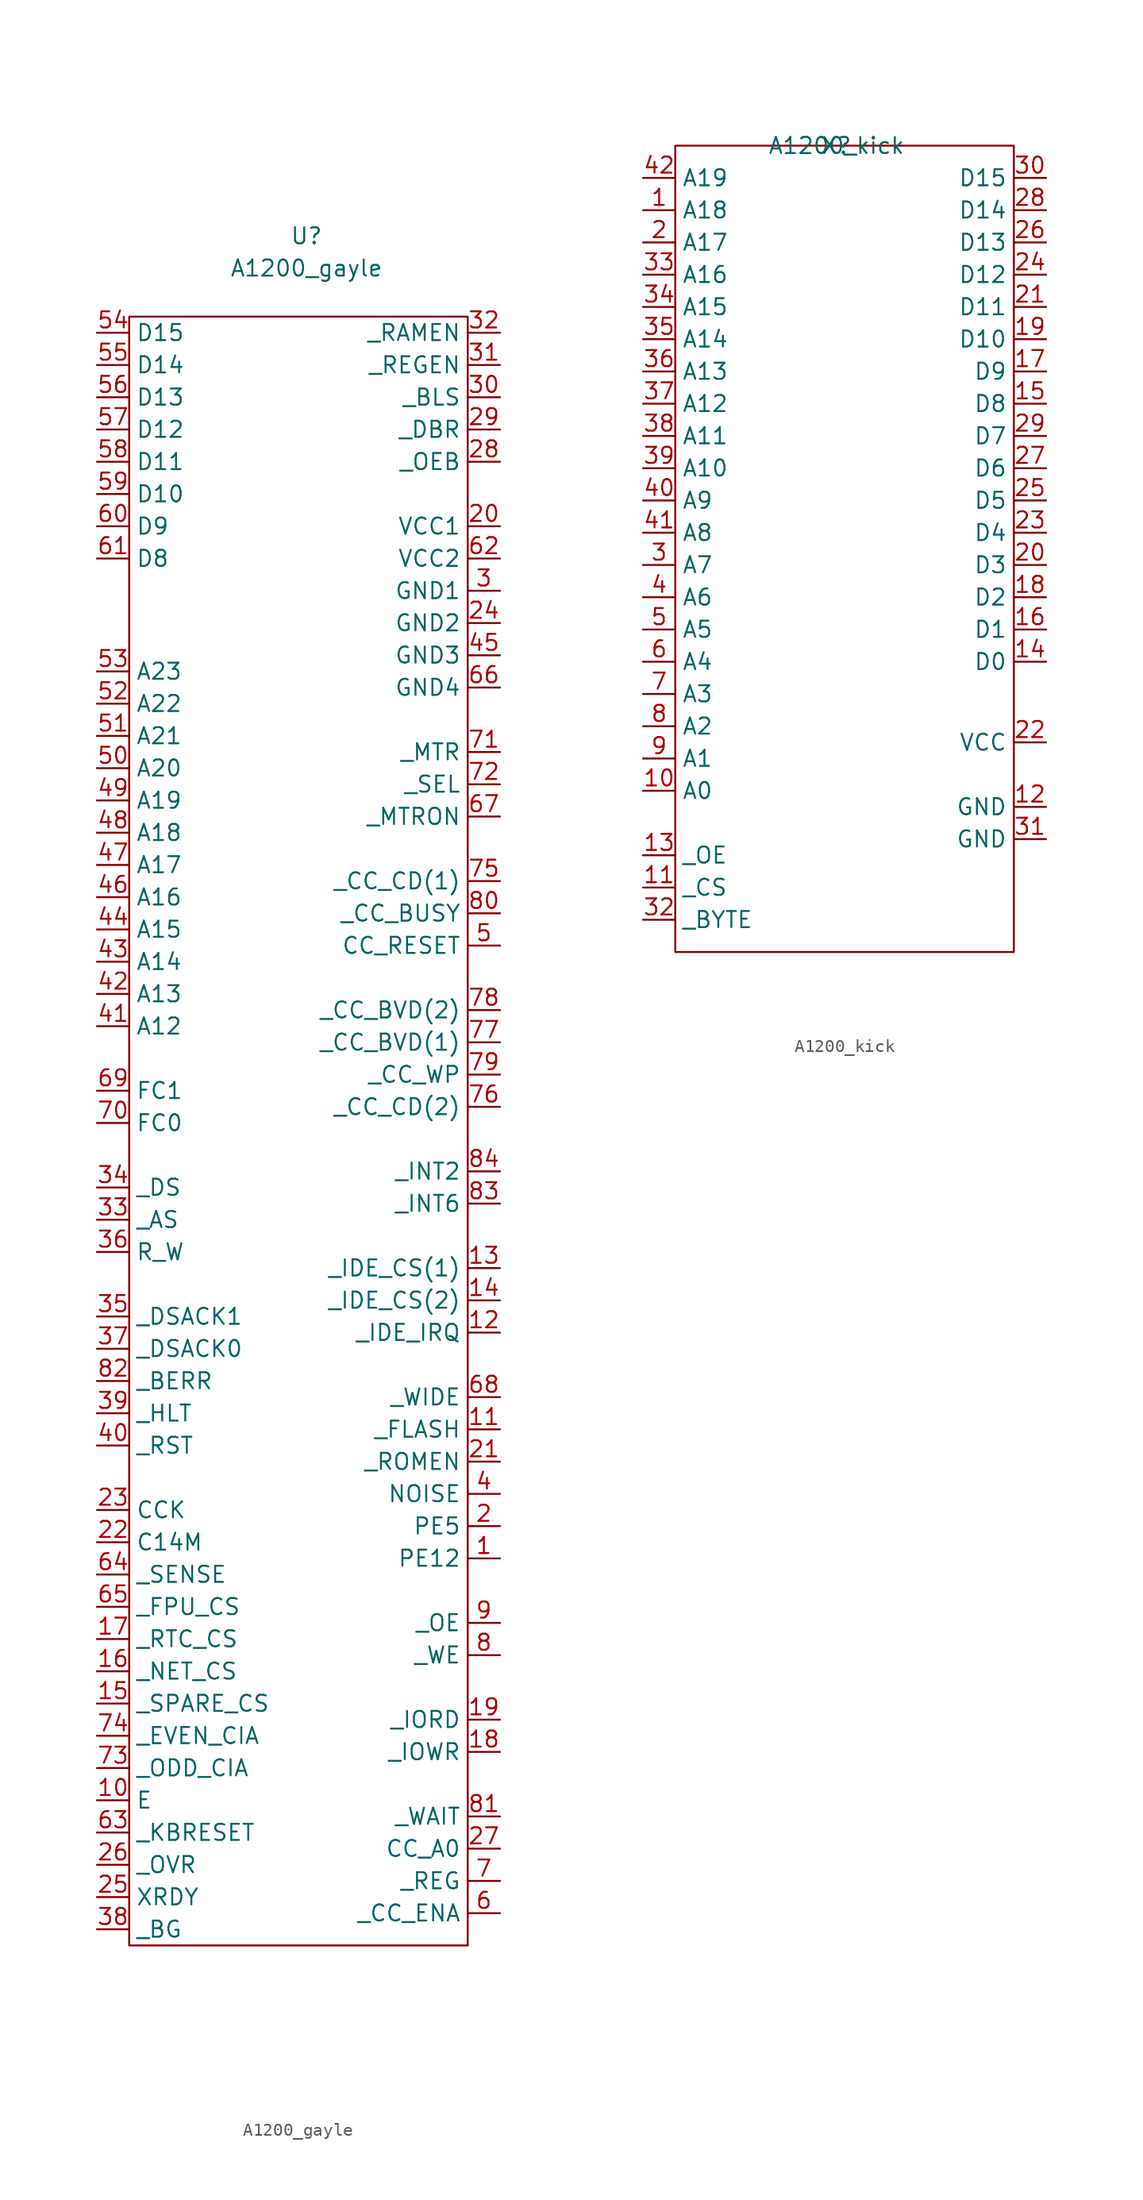
<source format=kicad_sym>
(kicad_symbol_lib
  (version 20211014)
  (generator kicad_symbol_editor)
  (symbol "A1200_gayle"
    (property "Reference" "U"
      (at 0 5.08 0)
      (effects (font (size 1.27 1.27))))
    (property "Value" "A1200_gayle"
      (at 0 2.54 0)
      (effects (font (size 1.27 1.27))))
    (symbol "A1200_gayle_0_1"
      (rectangle (start -13.97 -1.27) (end 12.7 -129.54) (stroke (width 0) (type default) (color 0 0 0 0)) (fill (type none))))
    (symbol "A1200_gayle_1_1"
      (pin input line (at 15.24 -99.06 180) (length 2.54) (name "PE12" (effects (font (size 1.27 1.27)))) (number "1" (effects (font (size 1.27 1.27)))))
      (pin input line (at -16.51 -118.11 0) (length 2.54) (name "E" (effects (font (size 1.27 1.27)))) (number "10" (effects (font (size 1.27 1.27)))))
      (pin input line (at 15.24 -88.9 180) (length 2.54) (name "_FLASH" (effects (font (size 1.27 1.27)))) (number "11" (effects (font (size 1.27 1.27)))))
      (pin input line (at 15.24 -81.28 180) (length 2.54) (name "_IDE_IRQ" (effects (font (size 1.27 1.27)))) (number "12" (effects (font (size 1.27 1.27)))))
      (pin input line (at 15.24 -76.2 180) (length 2.54) (name "_IDE_CS(1)" (effects (font (size 1.27 1.27)))) (number "13" (effects (font (size 1.27 1.27)))))
      (pin input line (at 15.24 -78.74 180) (length 2.54) (name "_IDE_CS(2)" (effects (font (size 1.27 1.27)))) (number "14" (effects (font (size 1.27 1.27)))))
      (pin input line (at -16.51 -110.49 0) (length 2.54) (name "_SPARE_CS" (effects (font (size 1.27 1.27)))) (number "15" (effects (font (size 1.27 1.27)))))
      (pin input line (at -16.51 -107.95 0) (length 2.54) (name "_NET_CS" (effects (font (size 1.27 1.27)))) (number "16" (effects (font (size 1.27 1.27)))))
      (pin input line (at -16.51 -105.41 0) (length 2.54) (name "_RTC_CS" (effects (font (size 1.27 1.27)))) (number "17" (effects (font (size 1.27 1.27)))))
      (pin input line (at 15.24 -114.3 180) (length 2.54) (name "_IOWR" (effects (font (size 1.27 1.27)))) (number "18" (effects (font (size 1.27 1.27)))))
      (pin input line (at 15.24 -111.76 180) (length 2.54) (name "_IORD" (effects (font (size 1.27 1.27)))) (number "19" (effects (font (size 1.27 1.27)))))
      (pin input line (at 15.24 -96.52 180) (length 2.54) (name "PE5" (effects (font (size 1.27 1.27)))) (number "2" (effects (font (size 1.27 1.27)))))
      (pin input line (at 15.24 -17.78 180) (length 2.54) (name "VCC1" (effects (font (size 1.27 1.27)))) (number "20" (effects (font (size 1.27 1.27)))))
      (pin input line (at 15.24 -91.44 180) (length 2.54) (name "_ROMEN" (effects (font (size 1.27 1.27)))) (number "21" (effects (font (size 1.27 1.27)))))
      (pin input line (at -16.51 -97.79 0) (length 2.54) (name "C14M" (effects (font (size 1.27 1.27)))) (number "22" (effects (font (size 1.27 1.27)))))
      (pin input line (at -16.51 -95.25 0) (length 2.54) (name "CCK" (effects (font (size 1.27 1.27)))) (number "23" (effects (font (size 1.27 1.27)))))
      (pin input line (at 15.24 -25.4 180) (length 2.54) (name "GND2" (effects (font (size 1.27 1.27)))) (number "24" (effects (font (size 1.27 1.27)))))
      (pin input line (at -16.51 -125.73 0) (length 2.54) (name "XRDY" (effects (font (size 1.27 1.27)))) (number "25" (effects (font (size 1.27 1.27)))))
      (pin input line (at -16.51 -123.19 0) (length 2.54) (name "_OVR" (effects (font (size 1.27 1.27)))) (number "26" (effects (font (size 1.27 1.27)))))
      (pin input line (at 15.24 -121.92 180) (length 2.54) (name "CC_A0" (effects (font (size 1.27 1.27)))) (number "27" (effects (font (size 1.27 1.27)))))
      (pin input line (at 15.24 -12.7 180) (length 2.54) (name "_OEB" (effects (font (size 1.27 1.27)))) (number "28" (effects (font (size 1.27 1.27)))))
      (pin input line (at 15.24 -10.16 180) (length 2.54) (name "_DBR" (effects (font (size 1.27 1.27)))) (number "29" (effects (font (size 1.27 1.27)))))
      (pin input line (at 15.24 -22.86 180) (length 2.54) (name "GND1" (effects (font (size 1.27 1.27)))) (number "3" (effects (font (size 1.27 1.27)))))
      (pin input line (at 15.24 -7.62 180) (length 2.54) (name "_BLS" (effects (font (size 1.27 1.27)))) (number "30" (effects (font (size 1.27 1.27)))))
      (pin input line (at 15.24 -5.08 180) (length 2.54) (name "_REGEN" (effects (font (size 1.27 1.27)))) (number "31" (effects (font (size 1.27 1.27)))))
      (pin input line (at 15.24 -2.54 180) (length 2.54) (name "_RAMEN" (effects (font (size 1.27 1.27)))) (number "32" (effects (font (size 1.27 1.27)))))
      (pin input line (at -16.51 -72.39 0) (length 2.54) (name "_AS" (effects (font (size 1.27 1.27)))) (number "33" (effects (font (size 1.27 1.27)))))
      (pin input line (at -16.51 -69.85 0) (length 2.54) (name "_DS" (effects (font (size 1.27 1.27)))) (number "34" (effects (font (size 1.27 1.27)))))
      (pin input line (at -16.51 -80.01 0) (length 2.54) (name "_DSACK1" (effects (font (size 1.27 1.27)))) (number "35" (effects (font (size 1.27 1.27)))))
      (pin input line (at -16.51 -74.93 0) (length 2.54) (name "R_W" (effects (font (size 1.27 1.27)))) (number "36" (effects (font (size 1.27 1.27)))))
      (pin input line (at -16.51 -82.55 0) (length 2.54) (name "_DSACK0" (effects (font (size 1.27 1.27)))) (number "37" (effects (font (size 1.27 1.27)))))
      (pin input line (at -16.51 -128.27 0) (length 2.54) (name "_BG" (effects (font (size 1.27 1.27)))) (number "38" (effects (font (size 1.27 1.27)))))
      (pin input line (at -16.51 -87.63 0) (length 2.54) (name "_HLT" (effects (font (size 1.27 1.27)))) (number "39" (effects (font (size 1.27 1.27)))))
      (pin input line (at 15.24 -93.98 180) (length 2.54) (name "NOISE" (effects (font (size 1.27 1.27)))) (number "4" (effects (font (size 1.27 1.27)))))
      (pin input line (at -16.51 -90.17 0) (length 2.54) (name "_RST" (effects (font (size 1.27 1.27)))) (number "40" (effects (font (size 1.27 1.27)))))
      (pin input line (at -16.51 -57.15 0) (length 2.54) (name "A12" (effects (font (size 1.27 1.27)))) (number "41" (effects (font (size 1.27 1.27)))))
      (pin input line (at -16.51 -54.61 0) (length 2.54) (name "A13" (effects (font (size 1.27 1.27)))) (number "42" (effects (font (size 1.27 1.27)))))
      (pin input line (at -16.51 -52.07 0) (length 2.54) (name "A14" (effects (font (size 1.27 1.27)))) (number "43" (effects (font (size 1.27 1.27)))))
      (pin input line (at -16.51 -49.53 0) (length 2.54) (name "A15" (effects (font (size 1.27 1.27)))) (number "44" (effects (font (size 1.27 1.27)))))
      (pin input line (at 15.24 -27.94 180) (length 2.54) (name "GND3" (effects (font (size 1.27 1.27)))) (number "45" (effects (font (size 1.27 1.27)))))
      (pin input line (at -16.51 -46.99 0) (length 2.54) (name "A16" (effects (font (size 1.27 1.27)))) (number "46" (effects (font (size 1.27 1.27)))))
      (pin input line (at -16.51 -44.45 0) (length 2.54) (name "A17" (effects (font (size 1.27 1.27)))) (number "47" (effects (font (size 1.27 1.27)))))
      (pin input line (at -16.51 -41.91 0) (length 2.54) (name "A18" (effects (font (size 1.27 1.27)))) (number "48" (effects (font (size 1.27 1.27)))))
      (pin input line (at -16.51 -39.37 0) (length 2.54) (name "A19" (effects (font (size 1.27 1.27)))) (number "49" (effects (font (size 1.27 1.27)))))
      (pin input line (at 15.24 -50.8 180) (length 2.54) (name "CC_RESET" (effects (font (size 1.27 1.27)))) (number "5" (effects (font (size 1.27 1.27)))))
      (pin input line (at -16.51 -36.83 0) (length 2.54) (name "A20" (effects (font (size 1.27 1.27)))) (number "50" (effects (font (size 1.27 1.27)))))
      (pin input line (at -16.51 -34.29 0) (length 2.54) (name "A21" (effects (font (size 1.27 1.27)))) (number "51" (effects (font (size 1.27 1.27)))))
      (pin input line (at -16.51 -31.75 0) (length 2.54) (name "A22" (effects (font (size 1.27 1.27)))) (number "52" (effects (font (size 1.27 1.27)))))
      (pin input line (at -16.51 -29.21 0) (length 2.54) (name "A23" (effects (font (size 1.27 1.27)))) (number "53" (effects (font (size 1.27 1.27)))))
      (pin input line (at -16.51 -2.54 0) (length 2.54) (name "D15" (effects (font (size 1.27 1.27)))) (number "54" (effects (font (size 1.27 1.27)))))
      (pin input line (at -16.51 -5.08 0) (length 2.54) (name "D14" (effects (font (size 1.27 1.27)))) (number "55" (effects (font (size 1.27 1.27)))))
      (pin input line (at -16.51 -7.62 0) (length 2.54) (name "D13" (effects (font (size 1.27 1.27)))) (number "56" (effects (font (size 1.27 1.27)))))
      (pin input line (at -16.51 -10.16 0) (length 2.54) (name "D12" (effects (font (size 1.27 1.27)))) (number "57" (effects (font (size 1.27 1.27)))))
      (pin input line (at -16.51 -12.7 0) (length 2.54) (name "D11" (effects (font (size 1.27 1.27)))) (number "58" (effects (font (size 1.27 1.27)))))
      (pin input line (at -16.51 -15.24 0) (length 2.54) (name "D10" (effects (font (size 1.27 1.27)))) (number "59" (effects (font (size 1.27 1.27)))))
      (pin input line (at 15.24 -127 180) (length 2.54) (name "_CC_ENA" (effects (font (size 1.27 1.27)))) (number "6" (effects (font (size 1.27 1.27)))))
      (pin input line (at -16.51 -17.78 0) (length 2.54) (name "D9" (effects (font (size 1.27 1.27)))) (number "60" (effects (font (size 1.27 1.27)))))
      (pin input line (at -16.51 -20.32 0) (length 2.54) (name "D8" (effects (font (size 1.27 1.27)))) (number "61" (effects (font (size 1.27 1.27)))))
      (pin input line (at 15.24 -20.32 180) (length 2.54) (name "VCC2" (effects (font (size 1.27 1.27)))) (number "62" (effects (font (size 1.27 1.27)))))
      (pin input line (at -16.51 -120.65 0) (length 2.54) (name "_KBRESET" (effects (font (size 1.27 1.27)))) (number "63" (effects (font (size 1.27 1.27)))))
      (pin input line (at -16.51 -100.33 0) (length 2.54) (name "_SENSE" (effects (font (size 1.27 1.27)))) (number "64" (effects (font (size 1.27 1.27)))))
      (pin input line (at -16.51 -102.87 0) (length 2.54) (name "_FPU_CS" (effects (font (size 1.27 1.27)))) (number "65" (effects (font (size 1.27 1.27)))))
      (pin input line (at 15.24 -30.48 180) (length 2.54) (name "GND4" (effects (font (size 1.27 1.27)))) (number "66" (effects (font (size 1.27 1.27)))))
      (pin input line (at 15.24 -40.64 180) (length 2.54) (name "_MTRON" (effects (font (size 1.27 1.27)))) (number "67" (effects (font (size 1.27 1.27)))))
      (pin input line (at 15.24 -86.36 180) (length 2.54) (name "_WIDE" (effects (font (size 1.27 1.27)))) (number "68" (effects (font (size 1.27 1.27)))))
      (pin input line (at -16.51 -62.23 0) (length 2.54) (name "FC1" (effects (font (size 1.27 1.27)))) (number "69" (effects (font (size 1.27 1.27)))))
      (pin input line (at 15.24 -124.46 180) (length 2.54) (name "_REG" (effects (font (size 1.27 1.27)))) (number "7" (effects (font (size 1.27 1.27)))))
      (pin input line (at -16.51 -64.77 0) (length 2.54) (name "FC0" (effects (font (size 1.27 1.27)))) (number "70" (effects (font (size 1.27 1.27)))))
      (pin input line (at 15.24 -35.56 180) (length 2.54) (name "_MTR" (effects (font (size 1.27 1.27)))) (number "71" (effects (font (size 1.27 1.27)))))
      (pin input line (at 15.24 -38.1 180) (length 2.54) (name "_SEL" (effects (font (size 1.27 1.27)))) (number "72" (effects (font (size 1.27 1.27)))))
      (pin input line (at -16.51 -115.57 0) (length 2.54) (name "_ODD_CIA" (effects (font (size 1.27 1.27)))) (number "73" (effects (font (size 1.27 1.27)))))
      (pin input line (at -16.51 -113.03 0) (length 2.54) (name "_EVEN_CIA" (effects (font (size 1.27 1.27)))) (number "74" (effects (font (size 1.27 1.27)))))
      (pin input line (at 15.24 -45.72 180) (length 2.54) (name "_CC_CD(1)" (effects (font (size 1.27 1.27)))) (number "75" (effects (font (size 1.27 1.27)))))
      (pin input line (at 15.24 -63.5 180) (length 2.54) (name "_CC_CD(2)" (effects (font (size 1.27 1.27)))) (number "76" (effects (font (size 1.27 1.27)))))
      (pin input line (at 15.24 -58.42 180) (length 2.54) (name "_CC_BVD(1)" (effects (font (size 1.27 1.27)))) (number "77" (effects (font (size 1.27 1.27)))))
      (pin input line (at 15.24 -55.88 180) (length 2.54) (name "_CC_BVD(2)" (effects (font (size 1.27 1.27)))) (number "78" (effects (font (size 1.27 1.27)))))
      (pin input line (at 15.24 -60.96 180) (length 2.54) (name "_CC_WP" (effects (font (size 1.27 1.27)))) (number "79" (effects (font (size 1.27 1.27)))))
      (pin input line (at 15.24 -106.68 180) (length 2.54) (name "_WE" (effects (font (size 1.27 1.27)))) (number "8" (effects (font (size 1.27 1.27)))))
      (pin input line (at 15.24 -48.26 180) (length 2.54) (name "_CC_BUSY" (effects (font (size 1.27 1.27)))) (number "80" (effects (font (size 1.27 1.27)))))
      (pin input line (at 15.24 -119.38 180) (length 2.54) (name "_WAIT" (effects (font (size 1.27 1.27)))) (number "81" (effects (font (size 1.27 1.27)))))
      (pin input line (at -16.51 -85.09 0) (length 2.54) (name "_BERR" (effects (font (size 1.27 1.27)))) (number "82" (effects (font (size 1.27 1.27)))))
      (pin input line (at 15.24 -71.12 180) (length 2.54) (name "_INT6" (effects (font (size 1.27 1.27)))) (number "83" (effects (font (size 1.27 1.27)))))
      (pin input line (at 15.24 -68.58 180) (length 2.54) (name "_INT2" (effects (font (size 1.27 1.27)))) (number "84" (effects (font (size 1.27 1.27)))))
      (pin input line (at 15.24 -104.14 180) (length 2.54) (name "_OE" (effects (font (size 1.27 1.27)))) (number "9" (effects (font (size 1.27 1.27)))))))
  (symbol "A1200_kick"
    (property "Reference" "X"
      (at 0 0 0)
      (effects (font (size 1.27 1.27))))
    (property "Value" "A1200_kick"
      (at 0 0 0)
      (effects (font (size 1.27 1.27))))
    (symbol "A1200_kick_0_1"
      (rectangle (start -12.7 0) (end 13.97 -63.5) (stroke (width 0) (type default) (color 0 0 0 0)) (fill (type none))))
    (symbol "A1200_kick_1_1"
      (pin input line (at -15.24 -5.08 0) (length 2.54) (name "A18" (effects (font (size 1.27 1.27)))) (number "1" (effects (font (size 1.27 1.27)))))
      (pin input line (at -15.24 -50.8 0) (length 2.54) (name "A0" (effects (font (size 1.27 1.27)))) (number "10" (effects (font (size 1.27 1.27)))))
      (pin input line (at -15.24 -58.42 0) (length 2.54) (name "_CS" (effects (font (size 1.27 1.27)))) (number "11" (effects (font (size 1.27 1.27)))))
      (pin input line (at 16.51 -52.07 180) (length 2.54) (name "GND" (effects (font (size 1.27 1.27)))) (number "12" (effects (font (size 1.27 1.27)))))
      (pin input line (at -15.24 -55.88 0) (length 2.54) (name "_OE" (effects (font (size 1.27 1.27)))) (number "13" (effects (font (size 1.27 1.27)))))
      (pin input line (at 16.51 -40.64 180) (length 2.54) (name "D0" (effects (font (size 1.27 1.27)))) (number "14" (effects (font (size 1.27 1.27)))))
      (pin input line (at 16.51 -20.32 180) (length 2.54) (name "D8" (effects (font (size 1.27 1.27)))) (number "15" (effects (font (size 1.27 1.27)))))
      (pin input line (at 16.51 -38.1 180) (length 2.54) (name "D1" (effects (font (size 1.27 1.27)))) (number "16" (effects (font (size 1.27 1.27)))))
      (pin input line (at 16.51 -17.78 180) (length 2.54) (name "D9" (effects (font (size 1.27 1.27)))) (number "17" (effects (font (size 1.27 1.27)))))
      (pin input line (at 16.51 -35.56 180) (length 2.54) (name "D2" (effects (font (size 1.27 1.27)))) (number "18" (effects (font (size 1.27 1.27)))))
      (pin input line (at 16.51 -15.24 180) (length 2.54) (name "D10" (effects (font (size 1.27 1.27)))) (number "19" (effects (font (size 1.27 1.27)))))
      (pin input line (at -15.24 -7.62 0) (length 2.54) (name "A17" (effects (font (size 1.27 1.27)))) (number "2" (effects (font (size 1.27 1.27)))))
      (pin input line (at 16.51 -33.02 180) (length 2.54) (name "D3" (effects (font (size 1.27 1.27)))) (number "20" (effects (font (size 1.27 1.27)))))
      (pin input line (at 16.51 -12.7 180) (length 2.54) (name "D11" (effects (font (size 1.27 1.27)))) (number "21" (effects (font (size 1.27 1.27)))))
      (pin input line (at 16.51 -46.99 180) (length 2.54) (name "VCC" (effects (font (size 1.27 1.27)))) (number "22" (effects (font (size 1.27 1.27)))))
      (pin input line (at 16.51 -30.48 180) (length 2.54) (name "D4" (effects (font (size 1.27 1.27)))) (number "23" (effects (font (size 1.27 1.27)))))
      (pin input line (at 16.51 -10.16 180) (length 2.54) (name "D12" (effects (font (size 1.27 1.27)))) (number "24" (effects (font (size 1.27 1.27)))))
      (pin input line (at 16.51 -27.94 180) (length 2.54) (name "D5" (effects (font (size 1.27 1.27)))) (number "25" (effects (font (size 1.27 1.27)))))
      (pin input line (at 16.51 -7.62 180) (length 2.54) (name "D13" (effects (font (size 1.27 1.27)))) (number "26" (effects (font (size 1.27 1.27)))))
      (pin input line (at 16.51 -25.4 180) (length 2.54) (name "D6" (effects (font (size 1.27 1.27)))) (number "27" (effects (font (size 1.27 1.27)))))
      (pin input line (at 16.51 -5.08 180) (length 2.54) (name "D14" (effects (font (size 1.27 1.27)))) (number "28" (effects (font (size 1.27 1.27)))))
      (pin input line (at 16.51 -22.86 180) (length 2.54) (name "D7" (effects (font (size 1.27 1.27)))) (number "29" (effects (font (size 1.27 1.27)))))
      (pin input line (at -15.24 -33.02 0) (length 2.54) (name "A7" (effects (font (size 1.27 1.27)))) (number "3" (effects (font (size 1.27 1.27)))))
      (pin input line (at 16.51 -2.54 180) (length 2.54) (name "D15" (effects (font (size 1.27 1.27)))) (number "30" (effects (font (size 1.27 1.27)))))
      (pin input line (at 16.51 -54.61 180) (length 2.54) (name "GND" (effects (font (size 1.27 1.27)))) (number "31" (effects (font (size 1.27 1.27)))))
      (pin input line (at -15.24 -60.96 0) (length 2.54) (name "_BYTE" (effects (font (size 1.27 1.27)))) (number "32" (effects (font (size 1.27 1.27)))))
      (pin input line (at -15.24 -10.16 0) (length 2.54) (name "A16" (effects (font (size 1.27 1.27)))) (number "33" (effects (font (size 1.27 1.27)))))
      (pin input line (at -15.24 -12.7 0) (length 2.54) (name "A15" (effects (font (size 1.27 1.27)))) (number "34" (effects (font (size 1.27 1.27)))))
      (pin input line (at -15.24 -15.24 0) (length 2.54) (name "A14" (effects (font (size 1.27 1.27)))) (number "35" (effects (font (size 1.27 1.27)))))
      (pin input line (at -15.24 -17.78 0) (length 2.54) (name "A13" (effects (font (size 1.27 1.27)))) (number "36" (effects (font (size 1.27 1.27)))))
      (pin input line (at -15.24 -20.32 0) (length 2.54) (name "A12" (effects (font (size 1.27 1.27)))) (number "37" (effects (font (size 1.27 1.27)))))
      (pin input line (at -15.24 -22.86 0) (length 2.54) (name "A11" (effects (font (size 1.27 1.27)))) (number "38" (effects (font (size 1.27 1.27)))))
      (pin input line (at -15.24 -25.4 0) (length 2.54) (name "A10" (effects (font (size 1.27 1.27)))) (number "39" (effects (font (size 1.27 1.27)))))
      (pin input line (at -15.24 -35.56 0) (length 2.54) (name "A6" (effects (font (size 1.27 1.27)))) (number "4" (effects (font (size 1.27 1.27)))))
      (pin input line (at -15.24 -27.94 0) (length 2.54) (name "A9" (effects (font (size 1.27 1.27)))) (number "40" (effects (font (size 1.27 1.27)))))
      (pin input line (at -15.24 -30.48 0) (length 2.54) (name "A8" (effects (font (size 1.27 1.27)))) (number "41" (effects (font (size 1.27 1.27)))))
      (pin input line (at -15.24 -2.54 0) (length 2.54) (name "A19" (effects (font (size 1.27 1.27)))) (number "42" (effects (font (size 1.27 1.27)))))
      (pin input line (at -15.24 -38.1 0) (length 2.54) (name "A5" (effects (font (size 1.27 1.27)))) (number "5" (effects (font (size 1.27 1.27)))))
      (pin input line (at -15.24 -40.64 0) (length 2.54) (name "A4" (effects (font (size 1.27 1.27)))) (number "6" (effects (font (size 1.27 1.27)))))
      (pin input line (at -15.24 -43.18 0) (length 2.54) (name "A3" (effects (font (size 1.27 1.27)))) (number "7" (effects (font (size 1.27 1.27)))))
      (pin input line (at -15.24 -45.72 0) (length 2.54) (name "A2" (effects (font (size 1.27 1.27)))) (number "8" (effects (font (size 1.27 1.27)))))
      (pin input line (at -15.24 -48.26 0) (length 2.54) (name "A1" (effects (font (size 1.27 1.27)))) (number "9" (effects (font (size 1.27 1.27))))))))
</source>
